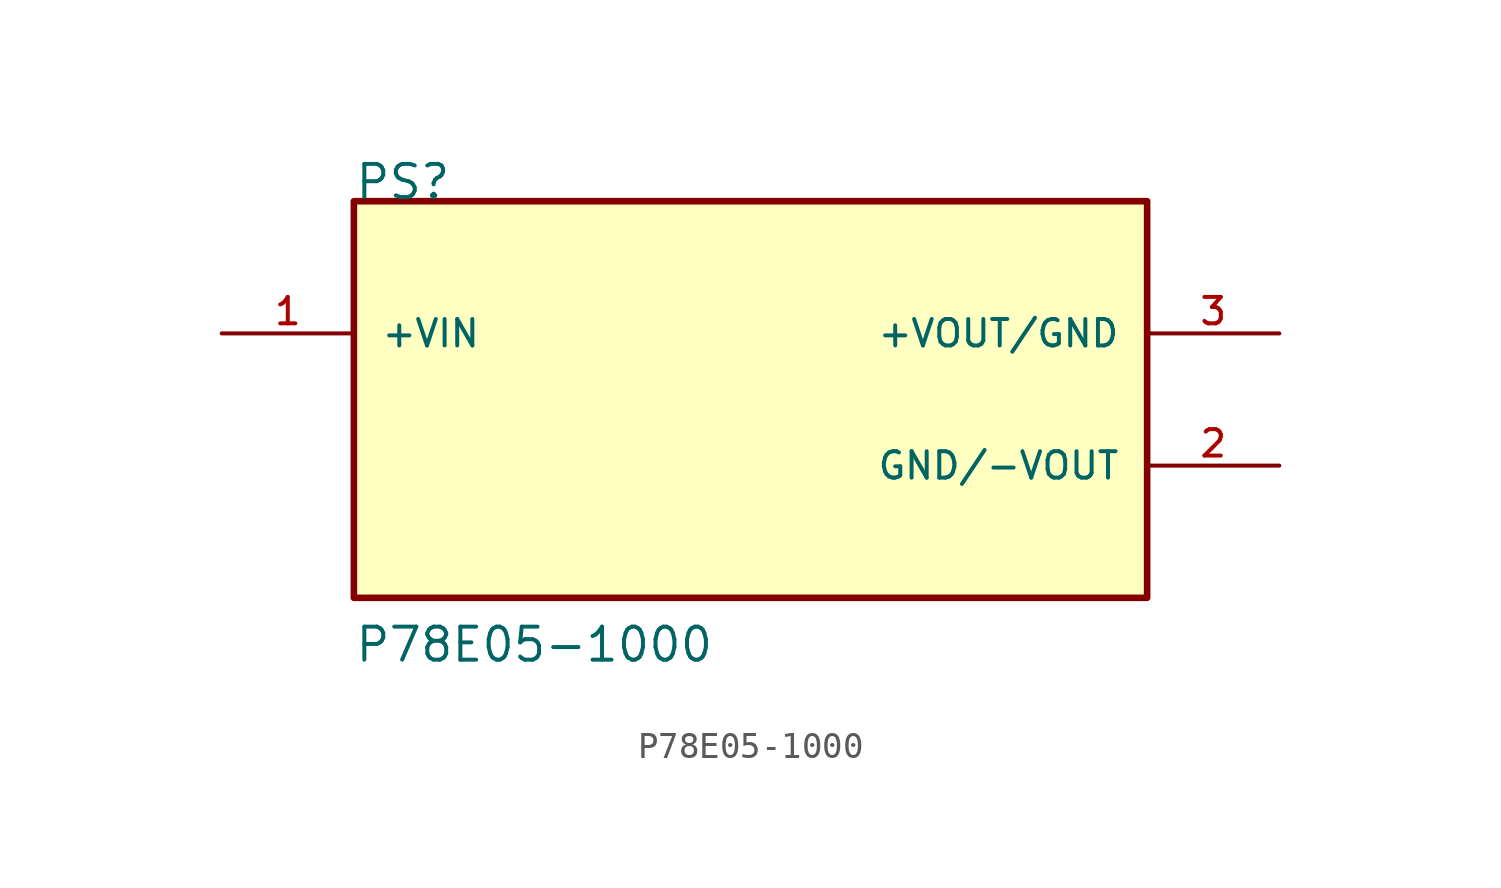
<source format=kicad_sym>
(kicad_symbol_lib
  (version 20211014)
  (generator kicad_symbol_editor)
  (symbol "P78E05-1000"
    (pin_names
      (offset 1.016))
    (property "Reference" "PS"
      (at -15.24 7.62 0)
      (effects (font (size 1.27 1.27)) (justify bottom left)))
    (property "Value" "P78E05-1000"
      (at -15.24 -10.16 0)
      (effects (font (size 1.27 1.27)) (justify bottom left)))
    (symbol "P78E05-1000_0_0"
      (rectangle (start -15.24 -7.62) (end 15.24 7.62) (stroke (width 0.254)) (fill (type background)))
      (pin input line (at -20.32 2.54 0) (length 5.08) (name "+VIN" (effects (font (size 1.016 1.016)))) (number "1" (effects (font (size 1.016 1.016)))))
      (pin power_in line (at 20.32 2.54 180.0) (length 5.08) (name "+VOUT/GND" (effects (font (size 1.016 1.016)))) (number "3" (effects (font (size 1.016 1.016)))))
      (pin power_in line (at 20.32 -2.54 180.0) (length 5.08) (name "GND/-VOUT" (effects (font (size 1.016 1.016)))) (number "2" (effects (font (size 1.016 1.016))))))))
</source>
